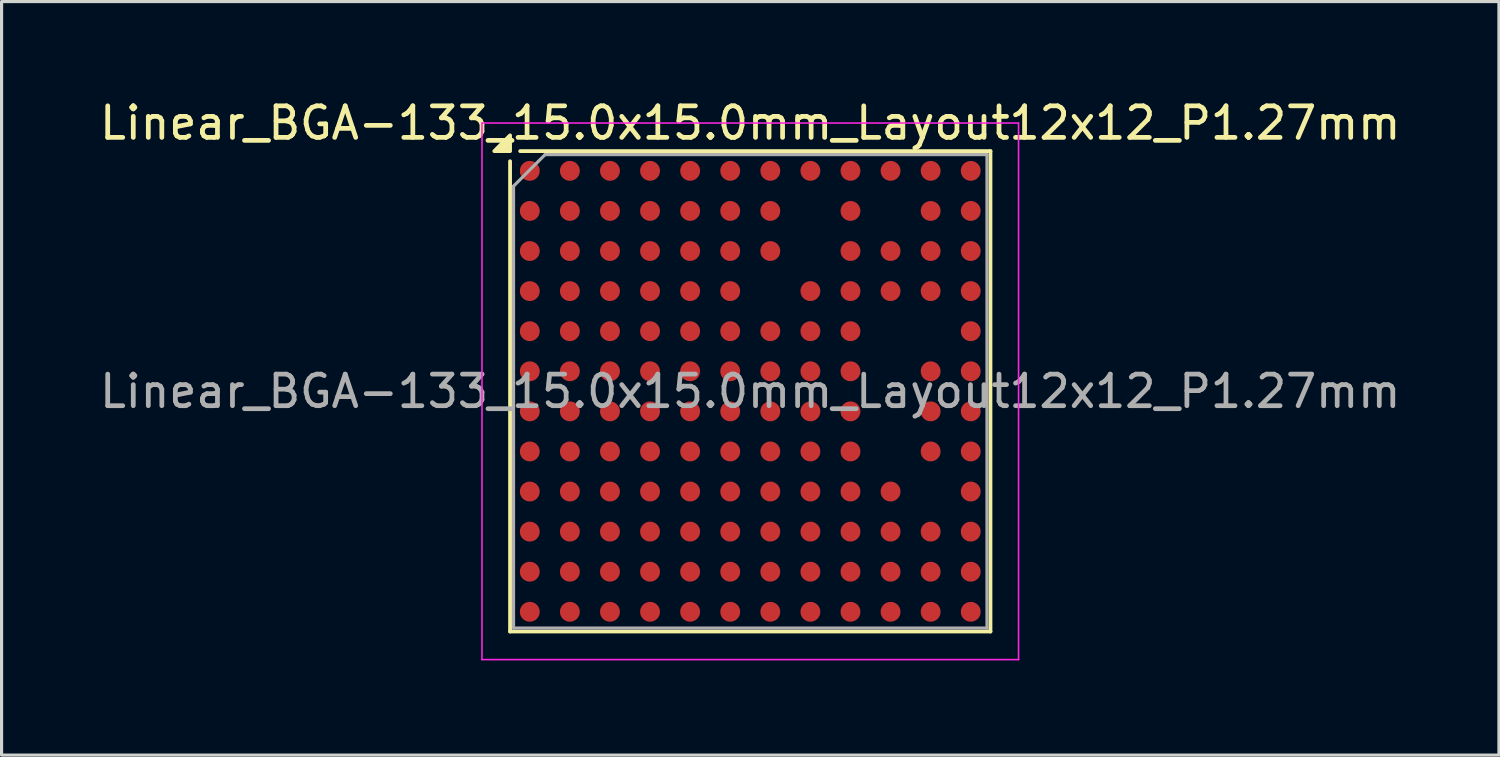
<source format=kicad_pcb>
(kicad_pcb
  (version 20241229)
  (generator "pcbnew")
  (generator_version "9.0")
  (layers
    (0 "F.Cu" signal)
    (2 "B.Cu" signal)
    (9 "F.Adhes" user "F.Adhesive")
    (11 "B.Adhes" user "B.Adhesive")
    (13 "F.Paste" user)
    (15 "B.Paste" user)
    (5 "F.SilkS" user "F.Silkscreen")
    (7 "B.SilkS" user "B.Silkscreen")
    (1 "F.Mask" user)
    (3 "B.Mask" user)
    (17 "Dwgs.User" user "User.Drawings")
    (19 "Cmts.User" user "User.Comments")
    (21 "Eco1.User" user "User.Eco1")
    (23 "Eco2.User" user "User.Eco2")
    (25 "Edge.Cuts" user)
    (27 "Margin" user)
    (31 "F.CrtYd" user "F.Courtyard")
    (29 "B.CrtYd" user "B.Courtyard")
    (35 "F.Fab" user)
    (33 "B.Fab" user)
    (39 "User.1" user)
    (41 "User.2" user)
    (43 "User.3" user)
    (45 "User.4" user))
  (footprint "Linear_BGA-133_15.0x15.0mm_Layout12x12_P1.27mm"
    (layer "F.Cu")
    (at 20.72 9.348)
    (property "Reference" "Linear_BGA-133_15.0x15.0mm_Layout12x12_P1.27mm" (at 0 -8.5 0) (layer "F.SilkS") (effects (font (size 1 1) (thickness 0.15))))
    (attr smd)
    (fp_line (start -7.61 7.61) (end -7.61 -7.29) (stroke (width 0.12) (type solid)) (layer "F.SilkS"))
    (fp_line (start -7.61 7.61) (end 7.61 7.61) (stroke (width 0.12) (type solid)) (layer "F.SilkS"))
    (fp_line (start 7.61 -7.61) (end -7.29 -7.61) (stroke (width 0.12) (type solid)) (layer "F.SilkS"))
    (fp_line (start 7.61 -7.61) (end 7.61 7.61) (stroke (width 0.12) (type solid)) (layer "F.SilkS"))
    (fp_poly (pts (xy -7.61 -7.61) (xy -8.11 -7.61) (xy -7.61 -8.11) (xy -7.61 -7.61)) (stroke (width 0.12) (type solid)) (fill yes) (layer "F.SilkS"))
    (fp_line (start -8.5 -8.5) (end -8.5 8.5) (stroke (width 0.05) (type solid)) (layer "F.CrtYd"))
    (fp_line (start -8.5 -8.5) (end 8.5 -8.5) (stroke (width 0.05) (type solid)) (layer "F.CrtYd"))
    (fp_line (start 8.5 8.5) (end -8.5 8.5) (stroke (width 0.05) (type solid)) (layer "F.CrtYd"))
    (fp_line (start 8.5 8.5) (end 8.5 -8.5) (stroke (width 0.05) (type solid)) (layer "F.CrtYd"))
    (fp_line (start -7.5 -6.5) (end -6.5 -7.5) (stroke (width 0.1) (type solid)) (layer "F.Fab"))
    (fp_line (start -7.5 7.5) (end -7.5 -6.5) (stroke (width 0.1) (type solid)) (layer "F.Fab"))
    (fp_line (start -6.5 -7.5) (end 7.5 -7.5) (stroke (width 0.1) (type solid)) (layer "F.Fab"))
    (fp_line (start 7.5 -7.5) (end 7.5 7.5) (stroke (width 0.1) (type solid)) (layer "F.Fab"))
    (fp_line (start 7.5 7.5) (end -7.5 7.5) (stroke (width 0.1) (type solid)) (layer "F.Fab"))
    (fp_text user "${REFERENCE}" (at 0 0 0) (layer "F.Fab") (effects (font (size 1 1) (thickness 0.15))))
    (pad "A1" smd circle (at -6.985 -6.985) (size 0.63 0.63) (property pad_prop_bga) (layers "F.Cu" "F.Mask" "F.Paste"))
    (pad "A2" smd circle (at -5.715 -6.985) (size 0.63 0.63) (property pad_prop_bga) (layers "F.Cu" "F.Mask" "F.Paste"))
    (pad "A3" smd circle (at -4.445 -6.985) (size 0.63 0.63) (property pad_prop_bga) (layers "F.Cu" "F.Mask" "F.Paste"))
    (pad "A4" smd circle (at -3.175 -6.985) (size 0.63 0.63) (property pad_prop_bga) (layers "F.Cu" "F.Mask" "F.Paste"))
    (pad "A5" smd circle (at -1.905 -6.985) (size 0.63 0.63) (property pad_prop_bga) (layers "F.Cu" "F.Mask" "F.Paste"))
    (pad "A6" smd circle (at -0.635 -6.985) (size 0.63 0.63) (property pad_prop_bga) (layers "F.Cu" "F.Mask" "F.Paste"))
    (pad "A7" smd circle (at 0.635 -6.985) (size 0.63 0.63) (property pad_prop_bga) (layers "F.Cu" "F.Mask" "F.Paste"))
    (pad "A8" smd circle (at 1.905 -6.985) (size 0.63 0.63) (property pad_prop_bga) (layers "F.Cu" "F.Mask" "F.Paste"))
    (pad "A9" smd circle (at 3.175 -6.985) (size 0.63 0.63) (property pad_prop_bga) (layers "F.Cu" "F.Mask" "F.Paste"))
    (pad "A10" smd circle (at 4.445 -6.985) (size 0.63 0.63) (property pad_prop_bga) (layers "F.Cu" "F.Mask" "F.Paste"))
    (pad "A11" smd circle (at 5.715 -6.985) (size 0.63 0.63) (property pad_prop_bga) (layers "F.Cu" "F.Mask" "F.Paste"))
    (pad "A12" smd circle (at 6.985 -6.985) (size 0.63 0.63) (property pad_prop_bga) (layers "F.Cu" "F.Mask" "F.Paste"))
    (pad "B1" smd circle (at -6.985 -5.715) (size 0.63 0.63) (property pad_prop_bga) (layers "F.Cu" "F.Mask" "F.Paste"))
    (pad "B2" smd circle (at -5.715 -5.715) (size 0.63 0.63) (property pad_prop_bga) (layers "F.Cu" "F.Mask" "F.Paste"))
    (pad "B3" smd circle (at -4.445 -5.715) (size 0.63 0.63) (property pad_prop_bga) (layers "F.Cu" "F.Mask" "F.Paste"))
    (pad "B4" smd circle (at -3.175 -5.715) (size 0.63 0.63) (property pad_prop_bga) (layers "F.Cu" "F.Mask" "F.Paste"))
    (pad "B5" smd circle (at -1.905 -5.715) (size 0.63 0.63) (property pad_prop_bga) (layers "F.Cu" "F.Mask" "F.Paste"))
    (pad "B6" smd circle (at -0.635 -5.715) (size 0.63 0.63) (property pad_prop_bga) (layers "F.Cu" "F.Mask" "F.Paste"))
    (pad "B7" smd circle (at 0.635 -5.715) (size 0.63 0.63) (property pad_prop_bga) (layers "F.Cu" "F.Mask" "F.Paste"))
    (pad "B9" smd circle (at 3.175 -5.715) (size 0.63 0.63) (property pad_prop_bga) (layers "F.Cu" "F.Mask" "F.Paste"))
    (pad "B11" smd circle (at 5.715 -5.715) (size 0.63 0.63) (property pad_prop_bga) (layers "F.Cu" "F.Mask" "F.Paste"))
    (pad "B12" smd circle (at 6.985 -5.715) (size 0.63 0.63) (property pad_prop_bga) (layers "F.Cu" "F.Mask" "F.Paste"))
    (pad "C1" smd circle (at -6.985 -4.445) (size 0.63 0.63) (property pad_prop_bga) (layers "F.Cu" "F.Mask" "F.Paste"))
    (pad "C2" smd circle (at -5.715 -4.445) (size 0.63 0.63) (property pad_prop_bga) (layers "F.Cu" "F.Mask" "F.Paste"))
    (pad "C3" smd circle (at -4.445 -4.445) (size 0.63 0.63) (property pad_prop_bga) (layers "F.Cu" "F.Mask" "F.Paste"))
    (pad "C4" smd circle (at -3.175 -4.445) (size 0.63 0.63) (property pad_prop_bga) (layers "F.Cu" "F.Mask" "F.Paste"))
    (pad "C5" smd circle (at -1.905 -4.445) (size 0.63 0.63) (property pad_prop_bga) (layers "F.Cu" "F.Mask" "F.Paste"))
    (pad "C6" smd circle (at -0.635 -4.445) (size 0.63 0.63) (property pad_prop_bga) (layers "F.Cu" "F.Mask" "F.Paste"))
    (pad "C7" smd circle (at 0.635 -4.445) (size 0.63 0.63) (property pad_prop_bga) (layers "F.Cu" "F.Mask" "F.Paste"))
    (pad "C9" smd circle (at 3.175 -4.445) (size 0.63 0.63) (property pad_prop_bga) (layers "F.Cu" "F.Mask" "F.Paste"))
    (pad "C10" smd circle (at 4.445 -4.445) (size 0.63 0.63) (property pad_prop_bga) (layers "F.Cu" "F.Mask" "F.Paste"))
    (pad "C11" smd circle (at 5.715 -4.445) (size 0.63 0.63) (property pad_prop_bga) (layers "F.Cu" "F.Mask" "F.Paste"))
    (pad "C12" smd circle (at 6.985 -4.445) (size 0.63 0.63) (property pad_prop_bga) (layers "F.Cu" "F.Mask" "F.Paste"))
    (pad "D1" smd circle (at -6.985 -3.175) (size 0.63 0.63) (property pad_prop_bga) (layers "F.Cu" "F.Mask" "F.Paste"))
    (pad "D2" smd circle (at -5.715 -3.175) (size 0.63 0.63) (property pad_prop_bga) (layers "F.Cu" "F.Mask" "F.Paste"))
    (pad "D3" smd circle (at -4.445 -3.175) (size 0.63 0.63) (property pad_prop_bga) (layers "F.Cu" "F.Mask" "F.Paste"))
    (pad "D4" smd circle (at -3.175 -3.175) (size 0.63 0.63) (property pad_prop_bga) (layers "F.Cu" "F.Mask" "F.Paste"))
    (pad "D5" smd circle (at -1.905 -3.175) (size 0.63 0.63) (property pad_prop_bga) (layers "F.Cu" "F.Mask" "F.Paste"))
    (pad "D6" smd circle (at -0.635 -3.175) (size 0.63 0.63) (property pad_prop_bga) (layers "F.Cu" "F.Mask" "F.Paste"))
    (pad "D8" smd circle (at 1.905 -3.175) (size 0.63 0.63) (property pad_prop_bga) (layers "F.Cu" "F.Mask" "F.Paste"))
    (pad "D9" smd circle (at 3.175 -3.175) (size 0.63 0.63) (property pad_prop_bga) (layers "F.Cu" "F.Mask" "F.Paste"))
    (pad "D10" smd circle (at 4.445 -3.175) (size 0.63 0.63) (property pad_prop_bga) (layers "F.Cu" "F.Mask" "F.Paste"))
    (pad "D11" smd circle (at 5.715 -3.175) (size 0.63 0.63) (property pad_prop_bga) (layers "F.Cu" "F.Mask" "F.Paste"))
    (pad "D12" smd circle (at 6.985 -3.175) (size 0.63 0.63) (property pad_prop_bga) (layers "F.Cu" "F.Mask" "F.Paste"))
    (pad "E1" smd circle (at -6.985 -1.905) (size 0.63 0.63) (property pad_prop_bga) (layers "F.Cu" "F.Mask" "F.Paste"))
    (pad "E2" smd circle (at -5.715 -1.905) (size 0.63 0.63) (property pad_prop_bga) (layers "F.Cu" "F.Mask" "F.Paste"))
    (pad "E3" smd circle (at -4.445 -1.905) (size 0.63 0.63) (property pad_prop_bga) (layers "F.Cu" "F.Mask" "F.Paste"))
    (pad "E4" smd circle (at -3.175 -1.905) (size 0.63 0.63) (property pad_prop_bga) (layers "F.Cu" "F.Mask" "F.Paste"))
    (pad "E5" smd circle (at -1.905 -1.905) (size 0.63 0.63) (property pad_prop_bga) (layers "F.Cu" "F.Mask" "F.Paste"))
    (pad "E6" smd circle (at -0.635 -1.905) (size 0.63 0.63) (property pad_prop_bga) (layers "F.Cu" "F.Mask" "F.Paste"))
    (pad "E7" smd circle (at 0.635 -1.905) (size 0.63 0.63) (property pad_prop_bga) (layers "F.Cu" "F.Mask" "F.Paste"))
    (pad "E8" smd circle (at 1.905 -1.905) (size 0.63 0.63) (property pad_prop_bga) (layers "F.Cu" "F.Mask" "F.Paste"))
    (pad "E9" smd circle (at 3.175 -1.905) (size 0.63 0.63) (property pad_prop_bga) (layers "F.Cu" "F.Mask" "F.Paste"))
    (pad "E12" smd circle (at 6.985 -1.905) (size 0.63 0.63) (property pad_prop_bga) (layers "F.Cu" "F.Mask" "F.Paste"))
    (pad "F1" smd circle (at -6.985 -0.635) (size 0.63 0.63) (property pad_prop_bga) (layers "F.Cu" "F.Mask" "F.Paste"))
    (pad "F2" smd circle (at -5.715 -0.635) (size 0.63 0.63) (property pad_prop_bga) (layers "F.Cu" "F.Mask" "F.Paste"))
    (pad "F3" smd circle (at -4.445 -0.635) (size 0.63 0.63) (property pad_prop_bga) (layers "F.Cu" "F.Mask" "F.Paste"))
    (pad "F4" smd circle (at -3.175 -0.635) (size 0.63 0.63) (property pad_prop_bga) (layers "F.Cu" "F.Mask" "F.Paste"))
    (pad "F5" smd circle (at -1.905 -0.635) (size 0.63 0.63) (property pad_prop_bga) (layers "F.Cu" "F.Mask" "F.Paste"))
    (pad "F6" smd circle (at -0.635 -0.635) (size 0.63 0.63) (property pad_prop_bga) (layers "F.Cu" "F.Mask" "F.Paste"))
    (pad "F7" smd circle (at 0.635 -0.635) (size 0.63 0.63) (property pad_prop_bga) (layers "F.Cu" "F.Mask" "F.Paste"))
    (pad "F8" smd circle (at 1.905 -0.635) (size 0.63 0.63) (property pad_prop_bga) (layers "F.Cu" "F.Mask" "F.Paste"))
    (pad "F9" smd circle (at 3.175 -0.635) (size 0.63 0.63) (property pad_prop_bga) (layers "F.Cu" "F.Mask" "F.Paste"))
    (pad "F11" smd circle (at 5.715 -0.635) (size 0.63 0.63) (property pad_prop_bga) (layers "F.Cu" "F.Mask" "F.Paste"))
    (pad "F12" smd circle (at 6.985 -0.635) (size 0.63 0.63) (property pad_prop_bga) (layers "F.Cu" "F.Mask" "F.Paste"))
    (pad "G1" smd circle (at -6.985 0.635) (size 0.63 0.63) (property pad_prop_bga) (layers "F.Cu" "F.Mask" "F.Paste"))
    (pad "G2" smd circle (at -5.715 0.635) (size 0.63 0.63) (property pad_prop_bga) (layers "F.Cu" "F.Mask" "F.Paste"))
    (pad "G3" smd circle (at -4.445 0.635) (size 0.63 0.63) (property pad_prop_bga) (layers "F.Cu" "F.Mask" "F.Paste"))
    (pad "G4" smd circle (at -3.175 0.635) (size 0.63 0.63) (property pad_prop_bga) (layers "F.Cu" "F.Mask" "F.Paste"))
    (pad "G5" smd circle (at -1.905 0.635) (size 0.63 0.63) (property pad_prop_bga) (layers "F.Cu" "F.Mask" "F.Paste"))
    (pad "G6" smd circle (at -0.635 0.635) (size 0.63 0.63) (property pad_prop_bga) (layers "F.Cu" "F.Mask" "F.Paste"))
    (pad "G7" smd circle (at 0.635 0.635) (size 0.63 0.63) (property pad_prop_bga) (layers "F.Cu" "F.Mask" "F.Paste"))
    (pad "G8" smd circle (at 1.905 0.635) (size 0.63 0.63) (property pad_prop_bga) (layers "F.Cu" "F.Mask" "F.Paste"))
    (pad "G9" smd circle (at 3.175 0.635) (size 0.63 0.63) (property pad_prop_bga) (layers "F.Cu" "F.Mask" "F.Paste"))
    (pad "G11" smd circle (at 5.715 0.635) (size 0.63 0.63) (property pad_prop_bga) (layers "F.Cu" "F.Mask" "F.Paste"))
    (pad "G12" smd circle (at 6.985 0.635) (size 0.63 0.63) (property pad_prop_bga) (layers "F.Cu" "F.Mask" "F.Paste"))
    (pad "H1" smd circle (at -6.985 1.905) (size 0.63 0.63) (property pad_prop_bga) (layers "F.Cu" "F.Mask" "F.Paste"))
    (pad "H2" smd circle (at -5.715 1.905) (size 0.63 0.63) (property pad_prop_bga) (layers "F.Cu" "F.Mask" "F.Paste"))
    (pad "H3" smd circle (at -4.445 1.905) (size 0.63 0.63) (property pad_prop_bga) (layers "F.Cu" "F.Mask" "F.Paste"))
    (pad "H4" smd circle (at -3.175 1.905) (size 0.63 0.63) (property pad_prop_bga) (layers "F.Cu" "F.Mask" "F.Paste"))
    (pad "H5" smd circle (at -1.905 1.905) (size 0.63 0.63) (property pad_prop_bga) (layers "F.Cu" "F.Mask" "F.Paste"))
    (pad "H6" smd circle (at -0.635 1.905) (size 0.63 0.63) (property pad_prop_bga) (layers "F.Cu" "F.Mask" "F.Paste"))
    (pad "H7" smd circle (at 0.635 1.905) (size 0.63 0.63) (property pad_prop_bga) (layers "F.Cu" "F.Mask" "F.Paste"))
    (pad "H8" smd circle (at 1.905 1.905) (size 0.63 0.63) (property pad_prop_bga) (layers "F.Cu" "F.Mask" "F.Paste"))
    (pad "H9" smd circle (at 3.175 1.905) (size 0.63 0.63) (property pad_prop_bga) (layers "F.Cu" "F.Mask" "F.Paste"))
    (pad "H11" smd circle (at 5.715 1.905) (size 0.63 0.63) (property pad_prop_bga) (layers "F.Cu" "F.Mask" "F.Paste"))
    (pad "H12" smd circle (at 6.985 1.905) (size 0.63 0.63) (property pad_prop_bga) (layers "F.Cu" "F.Mask" "F.Paste"))
    (pad "J1" smd circle (at -6.985 3.175) (size 0.63 0.63) (property pad_prop_bga) (layers "F.Cu" "F.Mask" "F.Paste"))
    (pad "J2" smd circle (at -5.715 3.175) (size 0.63 0.63) (property pad_prop_bga) (layers "F.Cu" "F.Mask" "F.Paste"))
    (pad "J3" smd circle (at -4.445 3.175) (size 0.63 0.63) (property pad_prop_bga) (layers "F.Cu" "F.Mask" "F.Paste"))
    (pad "J4" smd circle (at -3.175 3.175) (size 0.63 0.63) (property pad_prop_bga) (layers "F.Cu" "F.Mask" "F.Paste"))
    (pad "J5" smd circle (at -1.905 3.175) (size 0.63 0.63) (property pad_prop_bga) (layers "F.Cu" "F.Mask" "F.Paste"))
    (pad "J6" smd circle (at -0.635 3.175) (size 0.63 0.63) (property pad_prop_bga) (layers "F.Cu" "F.Mask" "F.Paste"))
    (pad "J7" smd circle (at 0.635 3.175) (size 0.63 0.63) (property pad_prop_bga) (layers "F.Cu" "F.Mask" "F.Paste"))
    (pad "J8" smd circle (at 1.905 3.175) (size 0.63 0.63) (property pad_prop_bga) (layers "F.Cu" "F.Mask" "F.Paste"))
    (pad "J9" smd circle (at 3.175 3.175) (size 0.63 0.63) (property pad_prop_bga) (layers "F.Cu" "F.Mask" "F.Paste"))
    (pad "J10" smd circle (at 4.445 3.175) (size 0.63 0.63) (property pad_prop_bga) (layers "F.Cu" "F.Mask" "F.Paste"))
    (pad "J12" smd circle (at 6.985 3.175) (size 0.63 0.63) (property pad_prop_bga) (layers "F.Cu" "F.Mask" "F.Paste"))
    (pad "K1" smd circle (at -6.985 4.445) (size 0.63 0.63) (property pad_prop_bga) (layers "F.Cu" "F.Mask" "F.Paste"))
    (pad "K2" smd circle (at -5.715 4.445) (size 0.63 0.63) (property pad_prop_bga) (layers "F.Cu" "F.Mask" "F.Paste"))
    (pad "K3" smd circle (at -4.445 4.445) (size 0.63 0.63) (property pad_prop_bga) (layers "F.Cu" "F.Mask" "F.Paste"))
    (pad "K4" smd circle (at -3.175 4.445) (size 0.63 0.63) (property pad_prop_bga) (layers "F.Cu" "F.Mask" "F.Paste"))
    (pad "K5" smd circle (at -1.905 4.445) (size 0.63 0.63) (property pad_prop_bga) (layers "F.Cu" "F.Mask" "F.Paste"))
    (pad "K6" smd circle (at -0.635 4.445) (size 0.63 0.63) (property pad_prop_bga) (layers "F.Cu" "F.Mask" "F.Paste"))
    (pad "K7" smd circle (at 0.635 4.445) (size 0.63 0.63) (property pad_prop_bga) (layers "F.Cu" "F.Mask" "F.Paste"))
    (pad "K8" smd circle (at 1.905 4.445) (size 0.63 0.63) (property pad_prop_bga) (layers "F.Cu" "F.Mask" "F.Paste"))
    (pad "K9" smd circle (at 3.175 4.445) (size 0.63 0.63) (property pad_prop_bga) (layers "F.Cu" "F.Mask" "F.Paste"))
    (pad "K10" smd circle (at 4.445 4.445) (size 0.63 0.63) (property pad_prop_bga) (layers "F.Cu" "F.Mask" "F.Paste"))
    (pad "K11" smd circle (at 5.715 4.445) (size 0.63 0.63) (property pad_prop_bga) (layers "F.Cu" "F.Mask" "F.Paste"))
    (pad "K12" smd circle (at 6.985 4.445) (size 0.63 0.63) (property pad_prop_bga) (layers "F.Cu" "F.Mask" "F.Paste"))
    (pad "L1" smd circle (at -6.985 5.715) (size 0.63 0.63) (property pad_prop_bga) (layers "F.Cu" "F.Mask" "F.Paste"))
    (pad "L2" smd circle (at -5.715 5.715) (size 0.63 0.63) (property pad_prop_bga) (layers "F.Cu" "F.Mask" "F.Paste"))
    (pad "L3" smd circle (at -4.445 5.715) (size 0.63 0.63) (property pad_prop_bga) (layers "F.Cu" "F.Mask" "F.Paste"))
    (pad "L4" smd circle (at -3.175 5.715) (size 0.63 0.63) (property pad_prop_bga) (layers "F.Cu" "F.Mask" "F.Paste"))
    (pad "L5" smd circle (at -1.905 5.715) (size 0.63 0.63) (property pad_prop_bga) (layers "F.Cu" "F.Mask" "F.Paste"))
    (pad "L6" smd circle (at -0.635 5.715) (size 0.63 0.63) (property pad_prop_bga) (layers "F.Cu" "F.Mask" "F.Paste"))
    (pad "L7" smd circle (at 0.635 5.715) (size 0.63 0.63) (property pad_prop_bga) (layers "F.Cu" "F.Mask" "F.Paste"))
    (pad "L8" smd circle (at 1.905 5.715) (size 0.63 0.63) (property pad_prop_bga) (layers "F.Cu" "F.Mask" "F.Paste"))
    (pad "L9" smd circle (at 3.175 5.715) (size 0.63 0.63) (property pad_prop_bga) (layers "F.Cu" "F.Mask" "F.Paste"))
    (pad "L10" smd circle (at 4.445 5.715) (size 0.63 0.63) (property pad_prop_bga) (layers "F.Cu" "F.Mask" "F.Paste"))
    (pad "L11" smd circle (at 5.715 5.715) (size 0.63 0.63) (property pad_prop_bga) (layers "F.Cu" "F.Mask" "F.Paste"))
    (pad "L12" smd circle (at 6.985 5.715) (size 0.63 0.63) (property pad_prop_bga) (layers "F.Cu" "F.Mask" "F.Paste"))
    (pad "M1" smd circle (at -6.985 6.985) (size 0.63 0.63) (property pad_prop_bga) (layers "F.Cu" "F.Mask" "F.Paste"))
    (pad "M2" smd circle (at -5.715 6.985) (size 0.63 0.63) (property pad_prop_bga) (layers "F.Cu" "F.Mask" "F.Paste"))
    (pad "M3" smd circle (at -4.445 6.985) (size 0.63 0.63) (property pad_prop_bga) (layers "F.Cu" "F.Mask" "F.Paste"))
    (pad "M4" smd circle (at -3.175 6.985) (size 0.63 0.63) (property pad_prop_bga) (layers "F.Cu" "F.Mask" "F.Paste"))
    (pad "M5" smd circle (at -1.905 6.985) (size 0.63 0.63) (property pad_prop_bga) (layers "F.Cu" "F.Mask" "F.Paste"))
    (pad "M6" smd circle (at -0.635 6.985) (size 0.63 0.63) (property pad_prop_bga) (layers "F.Cu" "F.Mask" "F.Paste"))
    (pad "M7" smd circle (at 0.635 6.985) (size 0.63 0.63) (property pad_prop_bga) (layers "F.Cu" "F.Mask" "F.Paste"))
    (pad "M8" smd circle (at 1.905 6.985) (size 0.63 0.63) (property pad_prop_bga) (layers "F.Cu" "F.Mask" "F.Paste"))
    (pad "M9" smd circle (at 3.175 6.985) (size 0.63 0.63) (property pad_prop_bga) (layers "F.Cu" "F.Mask" "F.Paste"))
    (pad "M10" smd circle (at 4.445 6.985) (size 0.63 0.63) (property pad_prop_bga) (layers "F.Cu" "F.Mask" "F.Paste"))
    (pad "M11" smd circle (at 5.715 6.985) (size 0.63 0.63) (property pad_prop_bga) (layers "F.Cu" "F.Mask" "F.Paste"))
    (pad "M12" smd circle (at 6.985 6.985) (size 0.63 0.63) (property pad_prop_bga) (layers "F.Cu" "F.Mask" "F.Paste")))
  (gr_rect
    (start -3 -3)
    (end 44.44 20.873)
    (stroke (width 0.1) (type default))
    (fill no)
    (layer "Edge.Cuts")))
</source>
